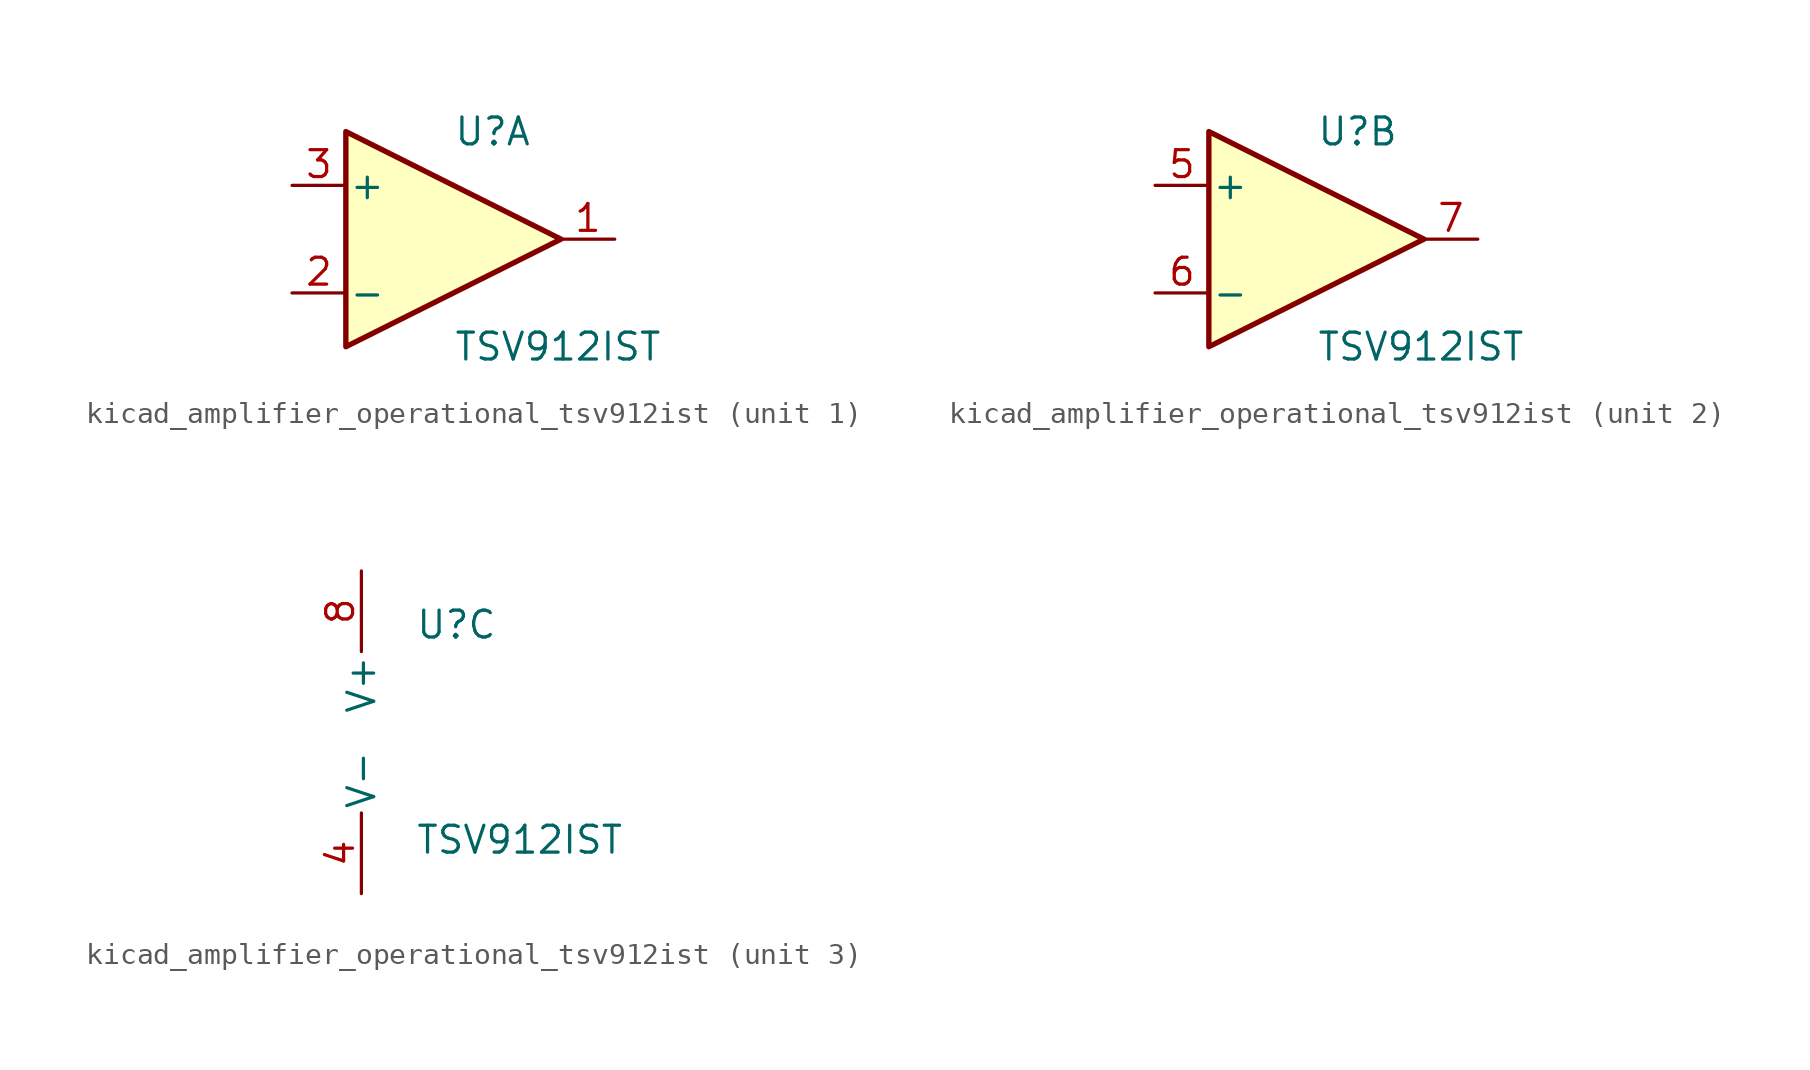
<source format=kicad_sym>
(kicad_symbol_lib
  (version 20220914)
  (generator kicad_symbol_editor)
  (symbol "kicad_amplifier_operational_tsv912ist"
    (pin_names
      (offset 0.127))
    (property "Reference" "U"
      (at 0 5.08 0)
      (effects (font (size 1.27 1.27)) (justify left)))
    (property "Value" "TSV912IST"
      (at 0 -5.08 0)
      (effects (font (size 1.27 1.27)) (justify left)))
    (property "ki_locked" ""
      (at 0 0 0)
      (effects (font (size 1.27 1.27))))
    (symbol "kicad_amplifier_operational_tsv912ist_1_1"
      (polyline (pts (xy -5.08 5.08) (xy 5.08 0) (xy -5.08 -5.08) (xy -5.08 5.08)) (stroke (width 0.254) (type default)) (fill (type background)))
      (pin output line (at 7.62 0 180) (length 2.54) (name "~" (effects (font (size 1.27 1.27)))) (number "1" (effects (font (size 1.27 1.27)))))
      (pin input line (at -7.62 -2.54 0) (length 2.54) (name "-" (effects (font (size 1.27 1.27)))) (number "2" (effects (font (size 1.27 1.27)))))
      (pin input line (at -7.62 2.54 0) (length 2.54) (name "+" (effects (font (size 1.27 1.27)))) (number "3" (effects (font (size 1.27 1.27))))))
    (symbol "kicad_amplifier_operational_tsv912ist_2_1"
      (polyline (pts (xy -5.08 5.08) (xy 5.08 0) (xy -5.08 -5.08) (xy -5.08 5.08)) (stroke (width 0.254) (type default)) (fill (type background)))
      (pin input line (at -7.62 2.54 0) (length 2.54) (name "+" (effects (font (size 1.27 1.27)))) (number "5" (effects (font (size 1.27 1.27)))))
      (pin input line (at -7.62 -2.54 0) (length 2.54) (name "-" (effects (font (size 1.27 1.27)))) (number "6" (effects (font (size 1.27 1.27)))))
      (pin output line (at 7.62 0 180) (length 2.54) (name "~" (effects (font (size 1.27 1.27)))) (number "7" (effects (font (size 1.27 1.27))))))
    (symbol "kicad_amplifier_operational_tsv912ist_3_1"
      (pin power_in line (at -2.54 -7.62 90) (length 3.81) (name "V-" (effects (font (size 1.27 1.27)))) (number "4" (effects (font (size 1.27 1.27)))))
      (pin power_in line (at -2.54 7.62 270) (length 3.81) (name "V+" (effects (font (size 1.27 1.27)))) (number "8" (effects (font (size 1.27 1.27))))))))
</source>
